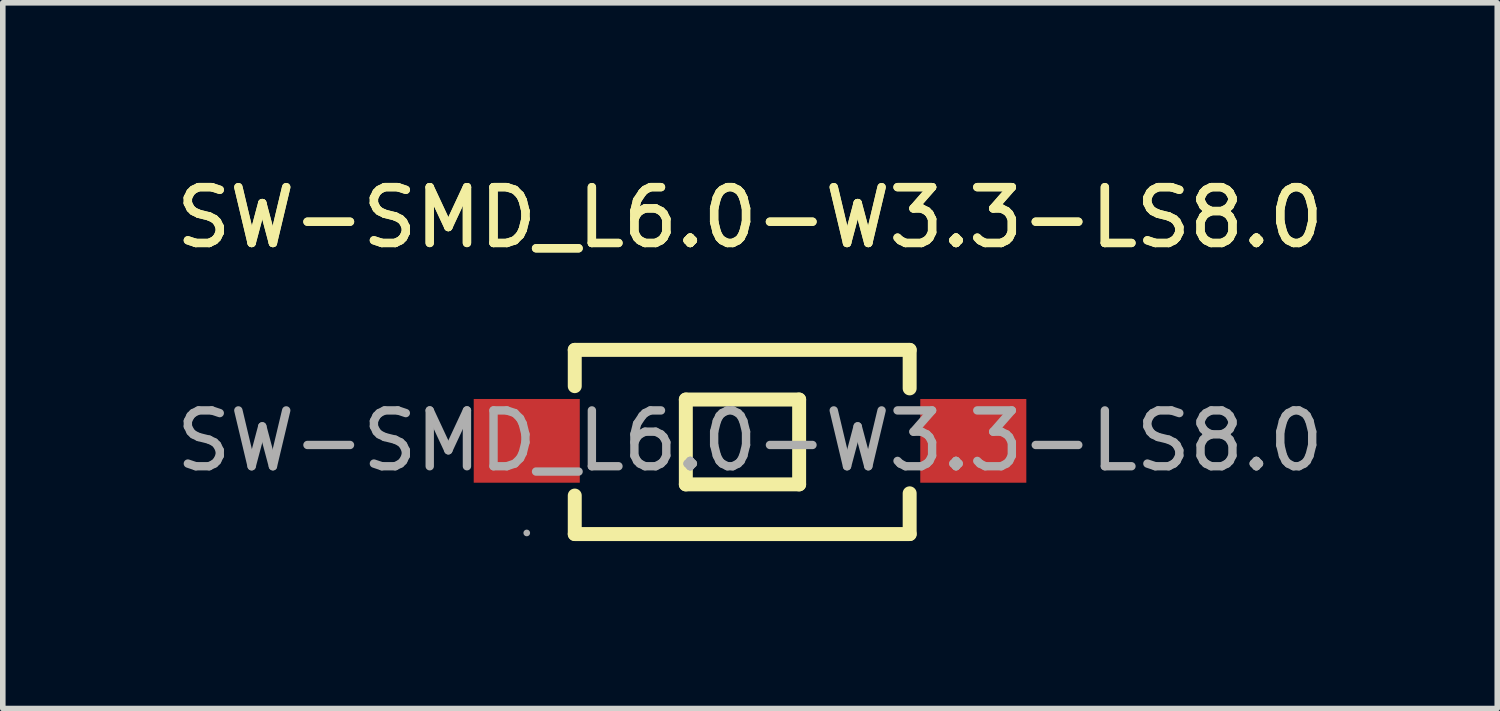
<source format=kicad_pcb>
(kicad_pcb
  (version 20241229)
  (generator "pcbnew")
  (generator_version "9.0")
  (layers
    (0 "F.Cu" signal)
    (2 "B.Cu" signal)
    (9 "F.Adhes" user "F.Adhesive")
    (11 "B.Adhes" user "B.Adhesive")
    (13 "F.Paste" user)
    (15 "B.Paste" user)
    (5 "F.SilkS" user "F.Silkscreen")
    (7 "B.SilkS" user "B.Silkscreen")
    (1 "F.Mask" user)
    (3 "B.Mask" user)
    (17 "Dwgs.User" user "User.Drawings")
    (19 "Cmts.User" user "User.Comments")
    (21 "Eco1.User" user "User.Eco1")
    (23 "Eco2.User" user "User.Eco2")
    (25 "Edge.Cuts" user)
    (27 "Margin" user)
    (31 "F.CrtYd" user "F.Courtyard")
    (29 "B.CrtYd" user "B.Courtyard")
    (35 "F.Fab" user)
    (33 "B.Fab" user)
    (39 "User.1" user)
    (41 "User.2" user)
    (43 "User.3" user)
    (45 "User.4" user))
  (footprint "SW-SMD_L6.0-W3.3-LS8.0"
    (layer "F.Cu")
    (at 10.387 4.848)
    (property "Reference" "SW-SMD_L6.0-W3.3-LS8.0" (at 0 -4 0) (layer "F.SilkS") (effects (font (size 1 1) (thickness 0.15))))
    (attr smd)
    (fp_line (start -3.14 -1.63) (end -3.14 -0.98) (stroke (width 0.25) (type solid)) (layer "F.SilkS"))
    (fp_line (start -3.14 -1.63) (end 2.86 -1.63) (stroke (width 0.25) (type solid)) (layer "F.SilkS"))
    (fp_line (start -3.14 0.98) (end -3.14 1.67) (stroke (width 0.25) (type solid)) (layer "F.SilkS"))
    (fp_line (start -1.15 -0.74) (end 0.88 -0.74) (stroke (width 0.25) (type solid)) (layer "F.SilkS"))
    (fp_line (start -1.15 0.78) (end -1.15 -0.74) (stroke (width 0.25) (type solid)) (layer "F.SilkS"))
    (fp_line (start 0.88 -0.74) (end 0.88 0.78) (stroke (width 0.25) (type solid)) (layer "F.SilkS"))
    (fp_line (start 0.88 0.78) (end -1.15 0.78) (stroke (width 0.25) (type solid)) (layer "F.SilkS"))
    (fp_line (start 2.86 -0.94) (end 2.86 -1.63) (stroke (width 0.25) (type solid)) (layer "F.SilkS"))
    (fp_line (start 2.86 1.67) (end -3.14 1.67) (stroke (width 0.25) (type solid)) (layer "F.SilkS"))
    (fp_line (start 2.86 1.67) (end 2.86 0.94) (stroke (width 0.25) (type solid)) (layer "F.SilkS"))
    (fp_circle (center -4 1.65) (end -3.97 1.65) (stroke (width 0.06) (type solid)) (fill no) (layer "F.Fab"))
    (fp_text user "${REFERENCE}" (at 0 -4 0) (layer "F.SilkS") (effects (font (size 1 1) (thickness 0.15))))
    (fp_text user "${REFERENCE}" (at 0 0 0) (layer "F.Fab") (effects (font (size 1 1) (thickness 0.15))))
    (pad "1" smd rect (at -4 0) (size 1.9 1.5) (layers "F.Cu" "F.Mask" "F.Paste"))
    (pad "2" smd rect (at 4 0) (size 1.9 1.5) (layers "F.Cu" "F.Mask" "F.Paste")))
  (gr_rect
    (start -3 -3)
    (end 23.774 9.643)
    (stroke (width 0.1) (type default))
    (fill no)
    (layer "Edge.Cuts")))
</source>
